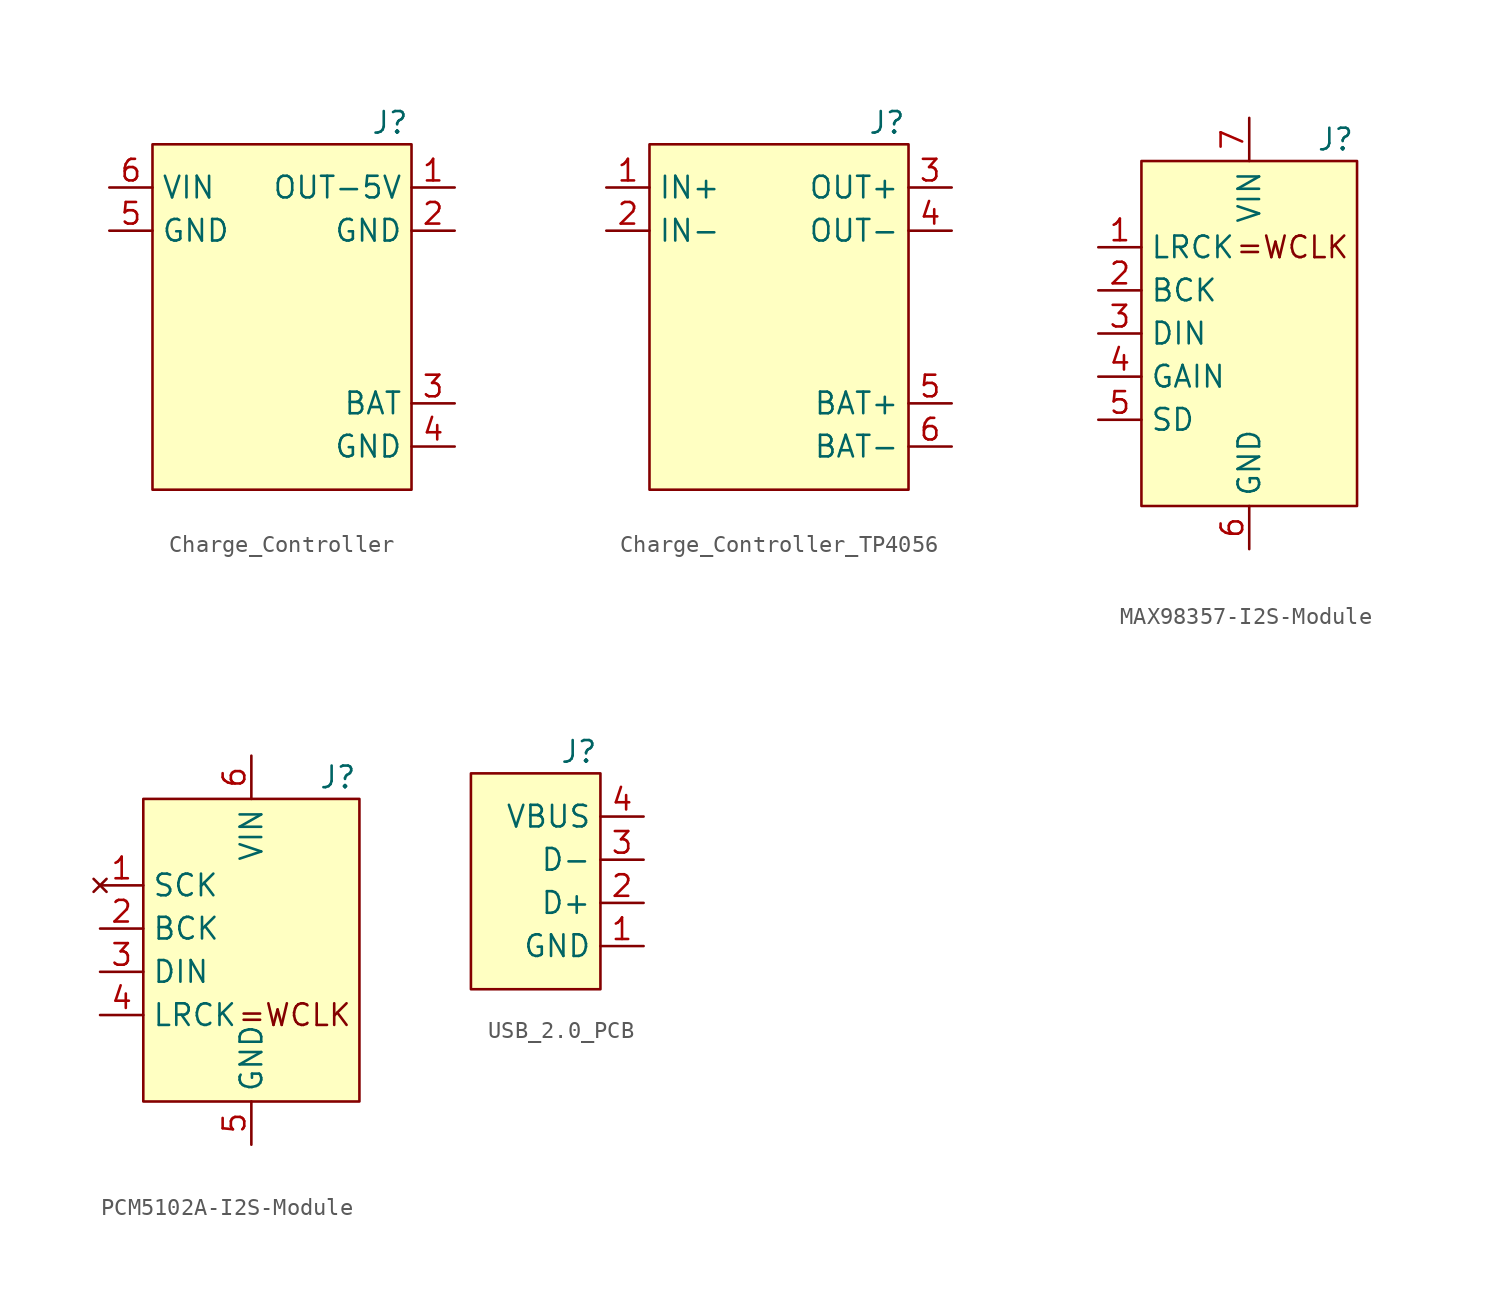
<source format=kicad_sym>
(kicad_symbol_lib
  (version 20231120)
  (generator "kicad_symbol_editor")
  (generator_version "8.0")
  (symbol "Charge_Controller"
    (property "Reference" "J"
      (at 13.97 1.27 0)
      (effects (font (size 1.27 1.27))))
    (property "Value" ""
      (at 0 0 0)
      (effects (font (size 1.27 1.27))))
    (symbol "Charge_Controller_1_1"
      (rectangle (start 0 0) (end 15.24 -20.32) (stroke (width 0) (type default)) (fill (type background)))
      (pin power_out line (at 17.78 -2.54 180) (length 2.54) (name "OUT-5V" (effects (font (size 1.27 1.27)))) (number "1" (effects (font (size 1.27 1.27)))))
      (pin power_out line (at 17.78 -5.08 180) (length 2.54) (name "GND" (effects (font (size 1.27 1.27)))) (number "2" (effects (font (size 1.27 1.27)))))
      (pin passive line (at 17.78 -15.24 180) (length 2.54) (name "BAT" (effects (font (size 1.27 1.27)))) (number "3" (effects (font (size 1.27 1.27)))))
      (pin passive line (at 17.78 -17.78 180) (length 2.54) (name "GND" (effects (font (size 1.27 1.27)))) (number "4" (effects (font (size 1.27 1.27)))))
      (pin power_in line (at -2.54 -5.08 0) (length 2.54) (name "GND" (effects (font (size 1.27 1.27)))) (number "5" (effects (font (size 1.27 1.27)))))
      (pin power_in line (at -2.54 -2.54 0) (length 2.54) (name "VIN" (effects (font (size 1.27 1.27)))) (number "6" (effects (font (size 1.27 1.27)))))))
  (symbol "Charge_Controller_TP4056"
    (property "Reference" "J"
      (at 13.97 1.27 0)
      (effects (font (size 1.27 1.27))))
    (property "Value" ""
      (at 0 0 0)
      (effects (font (size 1.27 1.27))))
    (symbol "Charge_Controller_TP4056_1_1"
      (rectangle (start 0 0) (end 15.24 -20.32) (stroke (width 0) (type default)) (fill (type background)))
      (pin power_in line (at -2.54 -2.54 0) (length 2.54) (name "IN+" (effects (font (size 1.27 1.27)))) (number "1" (effects (font (size 1.27 1.27)))))
      (pin power_in line (at -2.54 -5.08 0) (length 2.54) (name "IN-" (effects (font (size 1.27 1.27)))) (number "2" (effects (font (size 1.27 1.27)))))
      (pin power_out line (at 17.78 -2.54 180) (length 2.54) (name "OUT+" (effects (font (size 1.27 1.27)))) (number "3" (effects (font (size 1.27 1.27)))))
      (pin passive line (at 17.78 -5.08 180) (length 2.54) (name "OUT-" (effects (font (size 1.27 1.27)))) (number "4" (effects (font (size 1.27 1.27)))))
      (pin passive line (at 17.78 -15.24 180) (length 2.54) (name "BAT+" (effects (font (size 1.27 1.27)))) (number "5" (effects (font (size 1.27 1.27)))))
      (pin passive line (at 17.78 -17.78 180) (length 2.54) (name "BAT-" (effects (font (size 1.27 1.27)))) (number "6" (effects (font (size 1.27 1.27)))))))
  (symbol "MAX98357-I2S-Module"
    (property "Reference" "J"
      (at 5.08 11.43 0)
      (effects (font (size 1.27 1.27))))
    (property "Value" ""
      (at -6.35 8.89 0)
      (effects (font (size 1.27 1.27))))
    (symbol "MAX98357-I2S-Module_1_1"
      (rectangle (start -6.35 10.16) (end 6.35 -10.16) (stroke (width 0) (type default)) (fill (type background)))
      (text "=WCLK" (at 2.54 5.08 0) (effects (font (size 1.27 1.27))))
      (pin input line (at -8.89 5.08 0) (length 2.54) (name "LRCK" (effects (font (size 1.27 1.27)))) (number "1" (effects (font (size 1.27 1.27)))))
      (pin input line (at -8.89 2.54 0) (length 2.54) (name "BCK" (effects (font (size 1.27 1.27)))) (number "2" (effects (font (size 1.27 1.27)))))
      (pin input line (at -8.89 0 0) (length 2.54) (name "DIN" (effects (font (size 1.27 1.27)))) (number "3" (effects (font (size 1.27 1.27)))))
      (pin input line (at -8.89 -2.54 0) (length 2.54) (name "GAIN" (effects (font (size 1.27 1.27)))) (number "4" (effects (font (size 1.27 1.27)))))
      (pin input line (at -8.89 -5.08 0) (length 2.54) (name "SD" (effects (font (size 1.27 1.27)))) (number "5" (effects (font (size 1.27 1.27)))))
      (pin power_in line (at 0 -12.7 90) (length 2.54) (name "GND" (effects (font (size 1.27 1.27)))) (number "6" (effects (font (size 1.27 1.27)))))
      (pin power_in line (at 0 12.7 270) (length 2.54) (name "VIN" (effects (font (size 1.27 1.27)))) (number "7" (effects (font (size 1.27 1.27)))))
      (pin no_connect line (at 8.89 1.27 180) (length 2.54) hide (name "OUT-" (effects (font (size 1.27 1.27)))) (number "8" (effects (font (size 1.27 1.27)))))
      (pin no_connect line (at 8.89 -1.27 180) (length 2.54) hide (name "OUT+" (effects (font (size 1.27 1.27)))) (number "9" (effects (font (size 1.27 1.27)))))))
  (symbol "PCM5102A-I2S-Module"
    (property "Reference" "J"
      (at 5.08 10.16 0)
      (effects (font (size 1.27 1.27))))
    (property "Value" ""
      (at -6.35 8.89 0)
      (effects (font (size 1.27 1.27))))
    (symbol "PCM5102A-I2S-Module_1_1"
      (rectangle (start -6.35 8.89) (end 6.35 -8.89) (stroke (width 0) (type default)) (fill (type background)))
      (text "=WCLK" (at 2.54 -3.81 0) (effects (font (size 1.27 1.27))))
      (pin no_connect line (at -8.89 3.81 0) (length 2.54) (name "SCK" (effects (font (size 1.27 1.27)))) (number "1" (effects (font (size 1.27 1.27)))))
      (pin input line (at -8.89 1.27 0) (length 2.54) (name "BCK" (effects (font (size 1.27 1.27)))) (number "2" (effects (font (size 1.27 1.27)))))
      (pin input line (at -8.89 -1.27 0) (length 2.54) (name "DIN" (effects (font (size 1.27 1.27)))) (number "3" (effects (font (size 1.27 1.27)))))
      (pin input line (at -8.89 -3.81 0) (length 2.54) (name "LRCK" (effects (font (size 1.27 1.27)))) (number "4" (effects (font (size 1.27 1.27)))))
      (pin power_in line (at 0 -11.43 90) (length 2.54) (name "GND" (effects (font (size 1.27 1.27)))) (number "5" (effects (font (size 1.27 1.27)))))
      (pin power_in line (at 0 11.43 270) (length 2.54) (name "VIN" (effects (font (size 1.27 1.27)))) (number "6" (effects (font (size 1.27 1.27)))))))
  (symbol "USB_2.0_PCB"
    (property "Reference" "J"
      (at 2.54 7.62 0)
      (effects (font (size 1.27 1.27))))
    (property "Value" ""
      (at -1.27 7.62 0)
      (effects (font (size 1.27 1.27))))
    (symbol "USB_2.0_PCB_1_1"
      (rectangle (start -3.81 6.35) (end 3.81 -6.35) (stroke (width 0) (type default)) (fill (type background)))
      (pin power_in line (at 6.35 -3.81 180) (length 2.54) (name "GND" (effects (font (size 1.27 1.27)))) (number "1" (effects (font (size 1.27 1.27)))))
      (pin passive line (at 6.35 -1.27 180) (length 2.54) (name "D+" (effects (font (size 1.27 1.27)))) (number "2" (effects (font (size 1.27 1.27)))))
      (pin passive line (at 6.35 1.27 180) (length 2.54) (name "D-" (effects (font (size 1.27 1.27)))) (number "3" (effects (font (size 1.27 1.27)))))
      (pin power_in line (at 6.35 3.81 180) (length 2.54) (name "VBUS" (effects (font (size 1.27 1.27)))) (number "4" (effects (font (size 1.27 1.27))))))))
</source>
